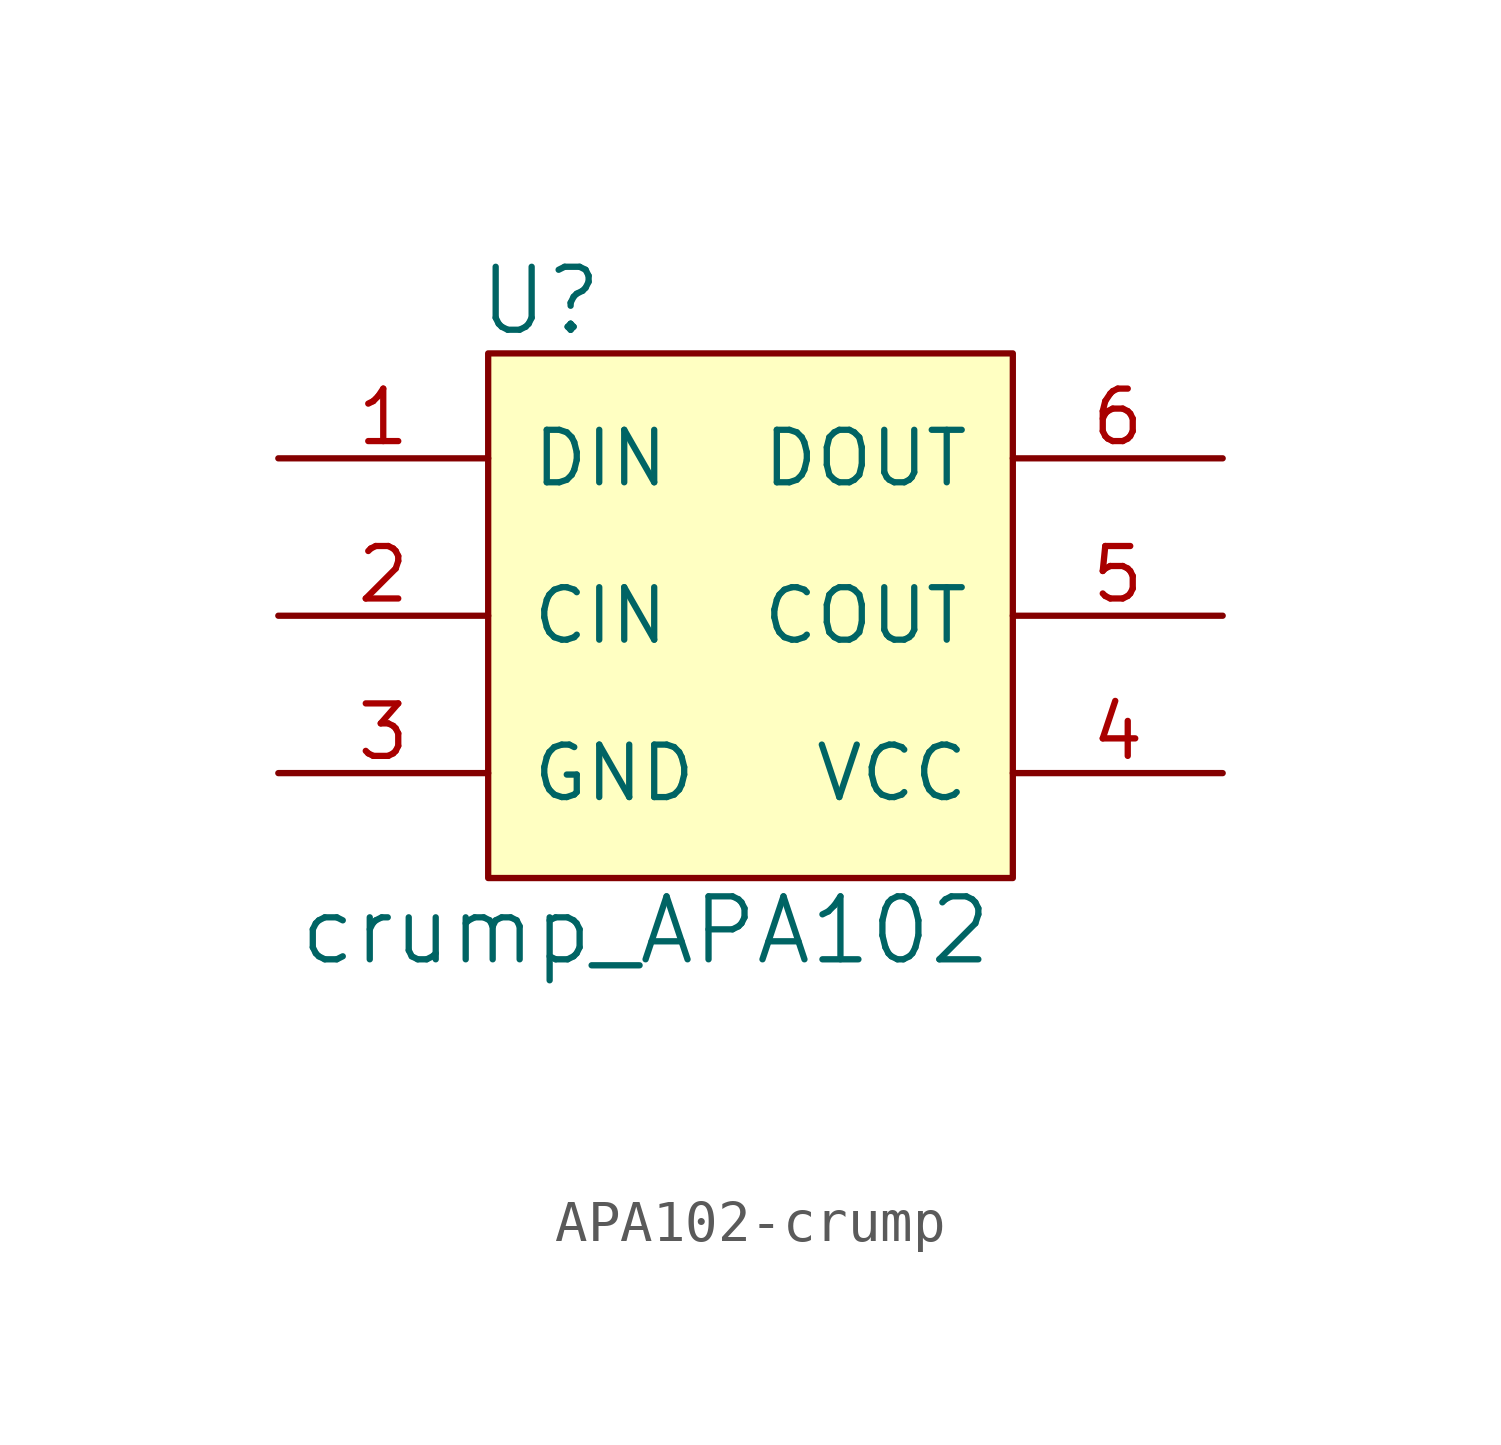
<source format=kicad_sym>
(kicad_symbol_lib
  (version 20220914)
  (generator kicad_symbol_editor)
  (symbol "APA102-crump"
    (pin_names
      (offset 1.016))
    (property "Reference" "U"
      (at -5.08 7.62 0)
      (effects (font (size 1.524 1.524))))
    (property "Value" "crump_APA102"
      (at -2.54 -7.62 0)
      (effects (font (size 1.524 1.524))))
    (property "Footprint" ""
      (at 0 -11.43 0)
      (effects (font (size 1.524 1.524))))
    (property "Datasheet" ""
      (at 0 -11.43 0)
      (effects (font (size 1.524 1.524))))
    (symbol "APA102-crump_0_1"
      (rectangle (start -6.35 6.35) (end 6.35 -6.35) (stroke (width 0) (type solid)) (fill (type background))))
    (symbol "APA102-crump_1_1"
      (pin input line (at -11.43 3.81 0) (length 5.08) (name "DIN" (effects (font (size 1.27 1.27)))) (number "1" (effects (font (size 1.27 1.27)))))
      (pin input line (at -11.43 0 0) (length 5.08) (name "CIN" (effects (font (size 1.27 1.27)))) (number "2" (effects (font (size 1.27 1.27)))))
      (pin power_in line (at -11.43 -3.81 0) (length 5.08) (name "GND" (effects (font (size 1.27 1.27)))) (number "3" (effects (font (size 1.27 1.27)))))
      (pin power_in line (at 11.43 -3.81 180) (length 5.08) (name "VCC" (effects (font (size 1.27 1.27)))) (number "4" (effects (font (size 1.27 1.27)))))
      (pin output line (at 11.43 0 180) (length 5.08) (name "COUT" (effects (font (size 1.27 1.27)))) (number "5" (effects (font (size 1.27 1.27)))))
      (pin output line (at 11.43 3.81 180) (length 5.08) (name "DOUT" (effects (font (size 1.27 1.27)))) (number "6" (effects (font (size 1.27 1.27))))))))
</source>
